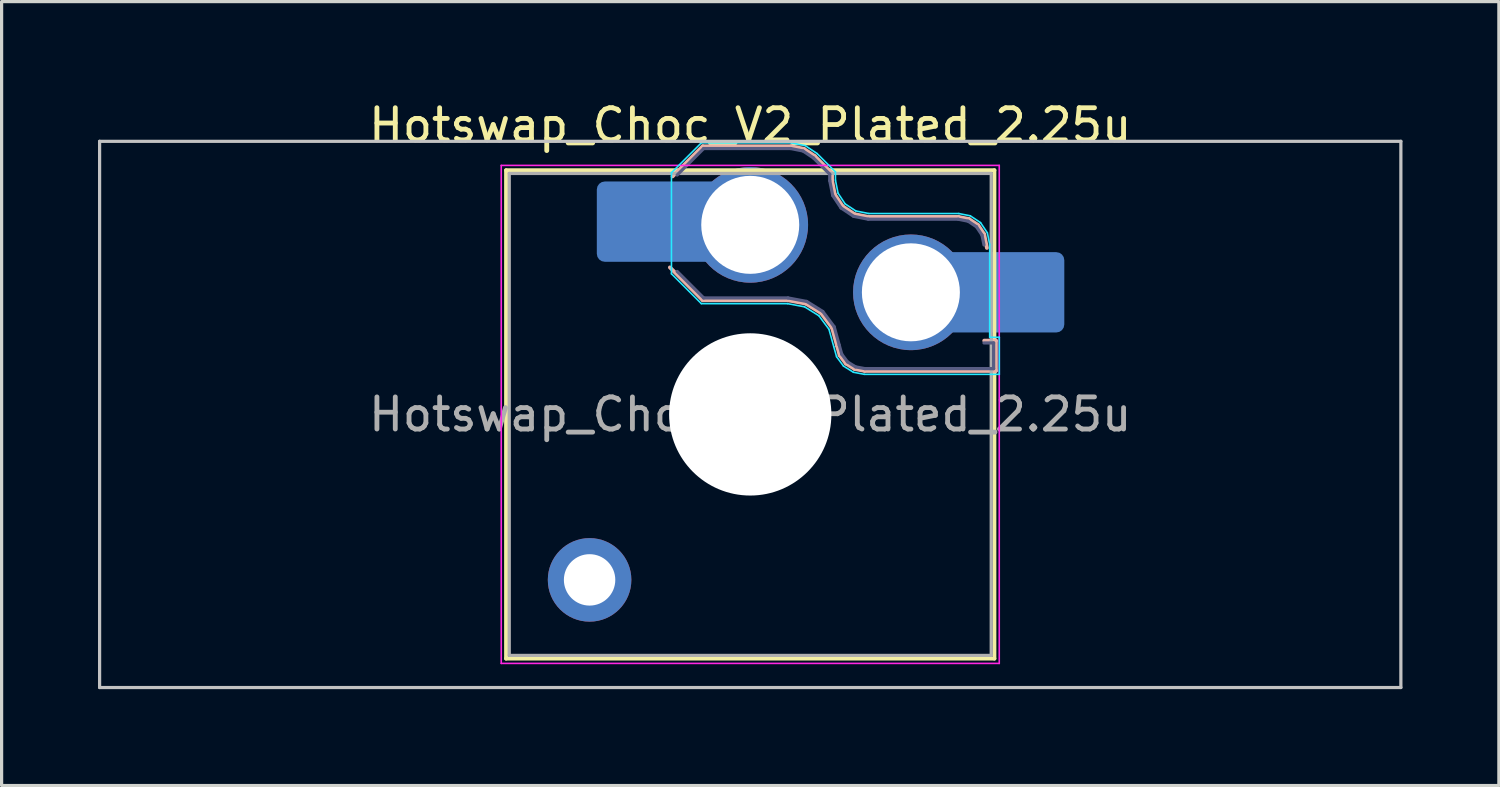
<source format=kicad_pcb>
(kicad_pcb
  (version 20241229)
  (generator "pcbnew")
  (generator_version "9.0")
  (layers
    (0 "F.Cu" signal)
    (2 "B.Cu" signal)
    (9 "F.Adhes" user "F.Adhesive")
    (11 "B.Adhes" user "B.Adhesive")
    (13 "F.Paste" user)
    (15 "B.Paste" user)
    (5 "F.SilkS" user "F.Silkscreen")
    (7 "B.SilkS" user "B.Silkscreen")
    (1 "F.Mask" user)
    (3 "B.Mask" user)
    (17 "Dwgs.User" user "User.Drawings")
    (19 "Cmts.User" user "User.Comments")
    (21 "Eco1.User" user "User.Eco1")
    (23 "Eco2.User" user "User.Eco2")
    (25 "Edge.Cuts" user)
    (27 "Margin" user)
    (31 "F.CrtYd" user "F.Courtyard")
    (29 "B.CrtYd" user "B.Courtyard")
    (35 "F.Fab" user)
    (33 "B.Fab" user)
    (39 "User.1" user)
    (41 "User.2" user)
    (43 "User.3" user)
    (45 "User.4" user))
  (footprint "Hotswap_Choc_V2_Plated_2.25u"
    (layer "F.Cu")
    (at 20.3 9.848)
    (property "Reference" "Hotswap_Choc_V2_Plated_2.25u" (at 0 -9 0) (layer "F.SilkS") (effects (font (size 1 1) (thickness 0.15))))
    (attr smd allow_soldermask_bridges)
    (fp_line (start -7.6 -7.6) (end -7.6 7.6) (stroke (width 0.12) (type solid)) (layer "F.SilkS"))
    (fp_line (start -7.6 7.6) (end 7.6 7.6) (stroke (width 0.12) (type solid)) (layer "F.SilkS"))
    (fp_line (start 7.6 -7.6) (end -7.6 -7.6) (stroke (width 0.12) (type solid)) (layer "F.SilkS"))
    (fp_line (start 7.6 7.6) (end 7.6 -7.6) (stroke (width 0.12) (type solid)) (layer "F.SilkS"))
    (fp_line (start -2.416 -7.409) (end -1.479 -8.346) (stroke (width 0.12) (type solid)) (layer "B.SilkS"))
    (fp_line (start -1.479 -8.346) (end 1.268 -8.346) (stroke (width 0.12) (type solid)) (layer "B.SilkS"))
    (fp_line (start -1.479 -3.554) (end -2.5 -4.575) (stroke (width 0.12) (type solid)) (layer "B.SilkS"))
    (fp_line (start 1.168 -3.554) (end -1.479 -3.554) (stroke (width 0.12) (type solid)) (layer "B.SilkS"))
    (fp_line (start 1.268 -8.346) (end 1.671 -8.266) (stroke (width 0.12) (type solid)) (layer "B.SilkS"))
    (fp_line (start 1.671 -8.266) (end 2.013 -8.037) (stroke (width 0.12) (type solid)) (layer "B.SilkS"))
    (fp_line (start 1.73 -3.449) (end 1.168 -3.554) (stroke (width 0.12) (type solid)) (layer "B.SilkS"))
    (fp_line (start 2.013 -8.037) (end 2.546 -7.504) (stroke (width 0.12) (type solid)) (layer "B.SilkS"))
    (fp_line (start 2.209 -3.15) (end 1.73 -3.449) (stroke (width 0.12) (type solid)) (layer "B.SilkS"))
    (fp_line (start 2.546 -7.504) (end 2.546 -7.282) (stroke (width 0.12) (type solid)) (layer "B.SilkS"))
    (fp_line (start 2.546 -7.282) (end 2.633 -6.844) (stroke (width 0.12) (type solid)) (layer "B.SilkS"))
    (fp_line (start 2.547 -2.697) (end 2.209 -3.15) (stroke (width 0.12) (type solid)) (layer "B.SilkS"))
    (fp_line (start 2.633 -6.844) (end 2.877 -6.477) (stroke (width 0.12) (type solid)) (layer "B.SilkS"))
    (fp_line (start 2.701 -2.139) (end 2.547 -2.697) (stroke (width 0.12) (type solid)) (layer "B.SilkS"))
    (fp_line (start 2.783 -1.841) (end 2.701 -2.139) (stroke (width 0.12) (type solid)) (layer "B.SilkS"))
    (fp_line (start 2.877 -6.477) (end 3.244 -6.233) (stroke (width 0.12) (type solid)) (layer "B.SilkS"))
    (fp_line (start 2.976 -1.583) (end 2.783 -1.841) (stroke (width 0.12) (type solid)) (layer "B.SilkS"))
    (fp_line (start 3.244 -6.233) (end 3.682 -6.146) (stroke (width 0.12) (type solid)) (layer "B.SilkS"))
    (fp_line (start 3.25 -1.413) (end 2.976 -1.583) (stroke (width 0.12) (type solid)) (layer "B.SilkS"))
    (fp_line (start 3.56 -1.354) (end 3.25 -1.413) (stroke (width 0.12) (type solid)) (layer "B.SilkS"))
    (fp_line (start 3.682 -6.146) (end 6.482 -6.146) (stroke (width 0.12) (type solid)) (layer "B.SilkS"))
    (fp_line (start 6.482 -6.146) (end 6.809 -6.081) (stroke (width 0.12) (type solid)) (layer "B.SilkS"))
    (fp_line (start 6.809 -6.081) (end 7.092 -5.892) (stroke (width 0.12) (type solid)) (layer "B.SilkS"))
    (fp_line (start 7.092 -5.892) (end 7.281 -5.609) (stroke (width 0.12) (type solid)) (layer "B.SilkS"))
    (fp_line (start 7.281 -5.609) (end 7.366 -5.182) (stroke (width 0.12) (type solid)) (layer "B.SilkS"))
    (fp_line (start 7.283 -2.296) (end 7.646 -2.296) (stroke (width 0.12) (type solid)) (layer "B.SilkS"))
    (fp_line (start 7.646 -2.296) (end 7.646 -1.354) (stroke (width 0.12) (type solid)) (layer "B.SilkS"))
    (fp_line (start 7.646 -1.354) (end 3.56 -1.354) (stroke (width 0.12) (type solid)) (layer "B.SilkS"))
    (fp_line (start -20.25 -8.5) (end -20.25 8.5) (stroke (width 0.1) (type solid)) (layer "Dwgs.User"))
    (fp_line (start -20.25 8.5) (end 20.25 8.5) (stroke (width 0.1) (type solid)) (layer "Dwgs.User"))
    (fp_line (start 20.25 -8.5) (end -20.25 -8.5) (stroke (width 0.1) (type solid)) (layer "Dwgs.User"))
    (fp_line (start 20.25 8.5) (end 20.25 -8.5) (stroke (width 0.1) (type solid)) (layer "Dwgs.User"))
    (fp_line (start -7.25 -7.25) (end -7.25 7.25) (stroke (width 0.1) (type solid)) (layer "Eco1.User"))
    (fp_line (start -7.25 7.25) (end 7.25 7.25) (stroke (width 0.1) (type solid)) (layer "Eco1.User"))
    (fp_line (start 7.25 -7.25) (end -7.25 -7.25) (stroke (width 0.1) (type solid)) (layer "Eco1.User"))
    (fp_line (start 7.25 7.25) (end 7.25 -7.25) (stroke (width 0.1) (type solid)) (layer "Eco1.User"))
    (fp_line (start -2.452 -7.523) (end -1.523 -8.452) (stroke (width 0.05) (type solid)) (layer "B.CrtYd"))
    (fp_line (start -2.452 -4.377) (end -2.452 -7.523) (stroke (width 0.05) (type solid)) (layer "B.CrtYd"))
    (fp_line (start -1.523 -8.452) (end 1.278 -8.452) (stroke (width 0.05) (type solid)) (layer "B.CrtYd"))
    (fp_line (start -1.523 -3.448) (end -2.452 -4.377) (stroke (width 0.05) (type solid)) (layer "B.CrtYd"))
    (fp_line (start 1.159 -3.448) (end -1.523 -3.448) (stroke (width 0.05) (type solid)) (layer "B.CrtYd"))
    (fp_line (start 1.278 -8.452) (end 1.712 -8.366) (stroke (width 0.05) (type solid)) (layer "B.CrtYd"))
    (fp_line (start 1.691 -3.348) (end 1.159 -3.448) (stroke (width 0.05) (type solid)) (layer "B.CrtYd"))
    (fp_line (start 1.712 -8.366) (end 2.081 -8.119) (stroke (width 0.05) (type solid)) (layer "B.CrtYd"))
    (fp_line (start 2.081 -8.119) (end 2.652 -7.548) (stroke (width 0.05) (type solid)) (layer "B.CrtYd"))
    (fp_line (start 2.136 -3.071) (end 1.691 -3.348) (stroke (width 0.05) (type solid)) (layer "B.CrtYd"))
    (fp_line (start 2.45 -2.65) (end 2.136 -3.071) (stroke (width 0.05) (type solid)) (layer "B.CrtYd"))
    (fp_line (start 2.599 -2.111) (end 2.45 -2.65) (stroke (width 0.05) (type solid)) (layer "B.CrtYd"))
    (fp_line (start 2.652 -7.548) (end 2.652 -7.292) (stroke (width 0.05) (type solid)) (layer "B.CrtYd"))
    (fp_line (start 2.652 -7.292) (end 2.733 -6.885) (stroke (width 0.05) (type solid)) (layer "B.CrtYd"))
    (fp_line (start 2.687 -1.794) (end 2.599 -2.111) (stroke (width 0.05) (type solid)) (layer "B.CrtYd"))
    (fp_line (start 2.733 -6.885) (end 2.953 -6.553) (stroke (width 0.05) (type solid)) (layer "B.CrtYd"))
    (fp_line (start 2.903 -1.503) (end 2.687 -1.794) (stroke (width 0.05) (type solid)) (layer "B.CrtYd"))
    (fp_line (start 2.953 -6.553) (end 3.285 -6.333) (stroke (width 0.05) (type solid)) (layer "B.CrtYd"))
    (fp_line (start 3.211 -1.312) (end 2.903 -1.503) (stroke (width 0.05) (type solid)) (layer "B.CrtYd"))
    (fp_line (start 3.285 -6.333) (end 3.692 -6.252) (stroke (width 0.05) (type solid)) (layer "B.CrtYd"))
    (fp_line (start 3.55 -1.248) (end 3.211 -1.312) (stroke (width 0.05) (type solid)) (layer "B.CrtYd"))
    (fp_line (start 3.692 -6.252) (end 6.492 -6.252) (stroke (width 0.05) (type solid)) (layer "B.CrtYd"))
    (fp_line (start 6.492 -6.252) (end 6.85 -6.181) (stroke (width 0.05) (type solid)) (layer "B.CrtYd"))
    (fp_line (start 6.85 -6.181) (end 7.168 -5.968) (stroke (width 0.05) (type solid)) (layer "B.CrtYd"))
    (fp_line (start 7.168 -5.968) (end 7.381 -5.65) (stroke (width 0.05) (type solid)) (layer "B.CrtYd"))
    (fp_line (start 7.381 -5.65) (end 7.452 -5.292) (stroke (width 0.05) (type solid)) (layer "B.CrtYd"))
    (fp_line (start 7.452 -5.292) (end 7.452 -2.402) (stroke (width 0.05) (type solid)) (layer "B.CrtYd"))
    (fp_line (start 7.452 -2.402) (end 7.752 -2.402) (stroke (width 0.05) (type solid)) (layer "B.CrtYd"))
    (fp_line (start 7.752 -2.402) (end 7.752 -1.248) (stroke (width 0.05) (type solid)) (layer "B.CrtYd"))
    (fp_line (start 7.752 -1.248) (end 3.55 -1.248) (stroke (width 0.05) (type solid)) (layer "B.CrtYd"))
    (fp_line (start -7.75 -7.75) (end -7.75 7.75) (stroke (width 0.05) (type solid)) (layer "F.CrtYd"))
    (fp_line (start -7.75 7.75) (end 7.75 7.75) (stroke (width 0.05) (type solid)) (layer "F.CrtYd"))
    (fp_line (start 7.75 -7.75) (end -7.75 -7.75) (stroke (width 0.05) (type solid)) (layer "F.CrtYd"))
    (fp_line (start 7.75 7.75) (end 7.75 -7.75) (stroke (width 0.05) (type solid)) (layer "F.CrtYd"))
    (fp_line (start -2.275 -7.45) (end -1.45 -8.275) (stroke (width 0.1) (type solid)) (layer "B.Fab"))
    (fp_line (start -1.45 -8.275) (end 1.261 -8.275) (stroke (width 0.1) (type solid)) (layer "B.Fab"))
    (fp_line (start -1.45 -3.625) (end -2.275 -4.45) (stroke (width 0.1) (type solid)) (layer "B.Fab"))
    (fp_line (start 1.175 -3.625) (end -1.45 -3.625) (stroke (width 0.1) (type solid)) (layer "B.Fab"))
    (fp_line (start 1.261 -8.275) (end 1.643 -8.199) (stroke (width 0.1) (type solid)) (layer "B.Fab"))
    (fp_line (start 1.643 -8.199) (end 1.968 -7.982) (stroke (width 0.1) (type solid)) (layer "B.Fab"))
    (fp_line (start 1.756 -3.516) (end 1.175 -3.625) (stroke (width 0.1) (type solid)) (layer "B.Fab"))
    (fp_line (start 1.968 -7.982) (end 2.475 -7.475) (stroke (width 0.1) (type solid)) (layer "B.Fab"))
    (fp_line (start 2.258 -3.203) (end 1.756 -3.516) (stroke (width 0.1) (type solid)) (layer "B.Fab"))
    (fp_line (start 2.475 -7.475) (end 2.475 -7.275) (stroke (width 0.1) (type solid)) (layer "B.Fab"))
    (fp_line (start 2.475 -7.275) (end 2.566 -6.816) (stroke (width 0.1) (type solid)) (layer "B.Fab"))
    (fp_line (start 2.566 -6.816) (end 2.826 -6.426) (stroke (width 0.1) (type solid)) (layer "B.Fab"))
    (fp_line (start 2.612 -2.729) (end 2.258 -3.203) (stroke (width 0.1) (type solid)) (layer "B.Fab"))
    (fp_line (start 2.769 -2.158) (end 2.612 -2.729) (stroke (width 0.1) (type solid)) (layer "B.Fab"))
    (fp_line (start 2.826 -6.426) (end 3.216 -6.166) (stroke (width 0.1) (type solid)) (layer "B.Fab"))
    (fp_line (start 2.848 -1.873) (end 2.769 -2.158) (stroke (width 0.1) (type solid)) (layer "B.Fab"))
    (fp_line (start 3.025 -1.636) (end 2.848 -1.873) (stroke (width 0.1) (type solid)) (layer "B.Fab"))
    (fp_line (start 3.216 -6.166) (end 3.675 -6.075) (stroke (width 0.1) (type solid)) (layer "B.Fab"))
    (fp_line (start 3.276 -1.48) (end 3.025 -1.636) (stroke (width 0.1) (type solid)) (layer "B.Fab"))
    (fp_line (start 3.567 -1.425) (end 3.276 -1.48) (stroke (width 0.1) (type solid)) (layer "B.Fab"))
    (fp_line (start 3.675 -6.075) (end 6.475 -6.075) (stroke (width 0.1) (type solid)) (layer "B.Fab"))
    (fp_line (start 6.475 -6.075) (end 6.781 -6.014) (stroke (width 0.1) (type solid)) (layer "B.Fab"))
    (fp_line (start 6.781 -6.014) (end 7.041 -5.841) (stroke (width 0.1) (type solid)) (layer "B.Fab"))
    (fp_line (start 7.041 -5.841) (end 7.214 -5.581) (stroke (width 0.1) (type solid)) (layer "B.Fab"))
    (fp_line (start 7.214 -5.581) (end 7.275 -5.275) (stroke (width 0.1) (type solid)) (layer "B.Fab"))
    (fp_line (start 7.275 -2.225) (end 7.575 -2.225) (stroke (width 0.1) (type solid)) (layer "B.Fab"))
    (fp_line (start 7.575 -2.225) (end 7.575 -1.425) (stroke (width 0.1) (type solid)) (layer "B.Fab"))
    (fp_line (start 7.575 -1.425) (end 3.567 -1.425) (stroke (width 0.1) (type solid)) (layer "B.Fab"))
    (fp_line (start -7.5 -7.5) (end -7.5 7.5) (stroke (width 0.1) (type solid)) (layer "F.Fab"))
    (fp_line (start -7.5 7.5) (end 7.5 7.5) (stroke (width 0.1) (type solid)) (layer "F.Fab"))
    (fp_line (start 7.5 -7.5) (end -7.5 -7.5) (stroke (width 0.1) (type solid)) (layer "F.Fab"))
    (fp_line (start 7.5 7.5) (end 7.5 -7.5) (stroke (width 0.1) (type solid)) (layer "F.Fab"))
    (fp_text user "${REFERENCE}" (at 0 0 0) (layer "F.Fab") (effects (font (size 1 1) (thickness 0.15))))
    (pad "" thru_hole circle (at -5 5.15) (size 2.6 2.6) (drill 1.6) (layers "*.Cu" "*.Mask"))
    (pad "" smd roundrect (at -3.5 -6) (size 2.55 2.5) (layers "B.Mask" "B.Paste") (roundrect_rratio 0.1))
    (pad "" np_thru_hole circle (at 0 0) (size 5.05 5.05) (drill 5.05) (layers "*.Cu" "*.Mask"))
    (pad "" smd roundrect (at 8.5 -3.8) (size 2.55 2.5) (layers "B.Mask" "B.Paste") (roundrect_rratio 0.1))
    (pad "1" smd roundrect (at -2.85 -6) (size 3.85 2.5) (layers "B.Cu") (roundrect_rratio 0.1))
    (pad "1" thru_hole circle (at 0 -5.9) (size 3.6 3.6) (drill 3.05) (layers "*.Cu" "*.Mask"))
    (pad "2" thru_hole circle (at 5 -3.8) (size 3.6 3.6) (drill 3.05) (layers "*.Cu" "*.Mask"))
    (pad "2" smd roundrect (at 7.85 -3.8) (size 3.85 2.5) (layers "B.Cu") (roundrect_rratio 0.1)))
  (gr_rect
    (start -3 -3)
    (end 43.6 21.398)
    (stroke (width 0.1) (type default))
    (fill no)
    (layer "Edge.Cuts")))
</source>
